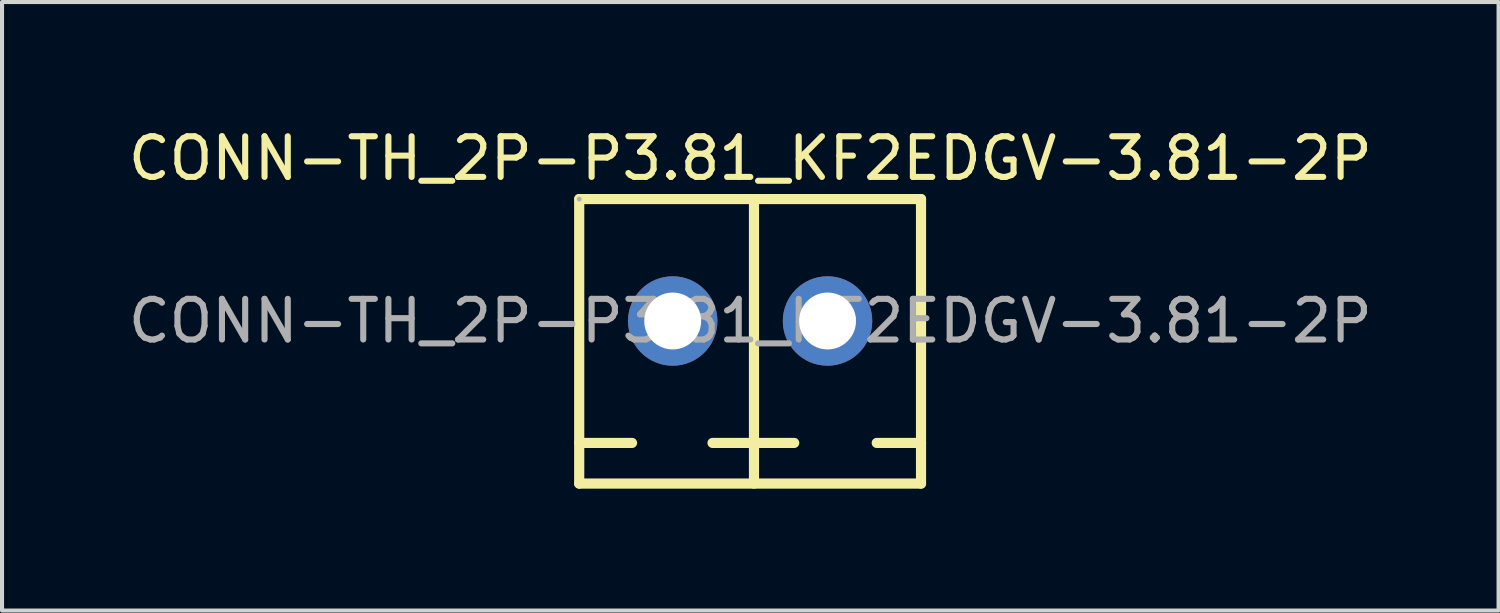
<source format=kicad_pcb>
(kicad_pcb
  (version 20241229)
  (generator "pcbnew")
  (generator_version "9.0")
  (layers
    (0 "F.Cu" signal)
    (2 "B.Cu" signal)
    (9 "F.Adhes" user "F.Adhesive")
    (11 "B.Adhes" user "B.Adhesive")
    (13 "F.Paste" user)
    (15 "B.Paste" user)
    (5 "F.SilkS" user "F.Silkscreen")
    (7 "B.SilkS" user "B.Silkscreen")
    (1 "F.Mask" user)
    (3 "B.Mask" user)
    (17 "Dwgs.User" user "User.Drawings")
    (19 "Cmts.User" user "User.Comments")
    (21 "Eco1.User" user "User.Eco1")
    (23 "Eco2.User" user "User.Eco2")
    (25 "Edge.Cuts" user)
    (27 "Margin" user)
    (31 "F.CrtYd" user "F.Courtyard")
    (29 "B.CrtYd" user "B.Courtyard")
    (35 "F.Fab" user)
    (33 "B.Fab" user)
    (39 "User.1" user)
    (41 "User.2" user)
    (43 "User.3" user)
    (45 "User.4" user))
  (footprint "CONN-TH_2P-P3.81_KF2EDGV-3.81-2P"
    (layer "F.Cu")
    (at 15.411 4.848)
    (property "Reference" "CONN-TH_2P-P3.81_KF2EDGV-3.81-2P" (at 0 -4 0) (layer "F.SilkS") (effects (font (size 1 1) (thickness 0.15))))
    (attr smd)
    (fp_line (start -4.21 4) (end -4.21 -3) (stroke (width 0.25) (type solid)) (layer "F.SilkS"))
    (fp_line (start -2.91 3) (end -4.21 3) (stroke (width 0.25) (type solid)) (layer "F.SilkS"))
    (fp_line (start 0.09 4) (end 0.09 -3) (stroke (width 0.25) (type solid)) (layer "F.SilkS"))
    (fp_line (start 1.08 3) (end -0.93 3) (stroke (width 0.25) (type solid)) (layer "F.SilkS"))
    (fp_line (start 4.2 -3) (end -4.21 -3) (stroke (width 0.25) (type solid)) (layer "F.SilkS"))
    (fp_line (start 4.2 3) (end 3.11 3) (stroke (width 0.25) (type solid)) (layer "F.SilkS"))
    (fp_line (start 4.2 4) (end -4.21 4) (stroke (width 0.25) (type solid)) (layer "F.SilkS"))
    (fp_line (start 4.2 4) (end 4.2 -3) (stroke (width 0.25) (type solid)) (layer "F.SilkS"))
    (fp_circle (center -4.21 -3) (end -4.18 -3) (stroke (width 0.06) (type solid)) (fill no) (layer "F.Fab"))
    (fp_text user "${REFERENCE}" (at 0 0 0) (layer "F.Fab") (effects (font (size 1 1) (thickness 0.15))))
    (pad "1" thru_hole circle (at -1.91 0 180) (size 2.2 2.2) (drill 1.4) (layers "*.Cu" "*.Paste" "*.Mask"))
    (pad "2" thru_hole circle (at 1.9 0 180) (size 2.2 2.2) (drill 1.4) (layers "*.Cu" "*.Paste" "*.Mask")))
  (gr_rect
    (start -3 -3)
    (end 33.821 11.973)
    (stroke (width 0.1) (type default))
    (fill no)
    (layer "Edge.Cuts")))
</source>
